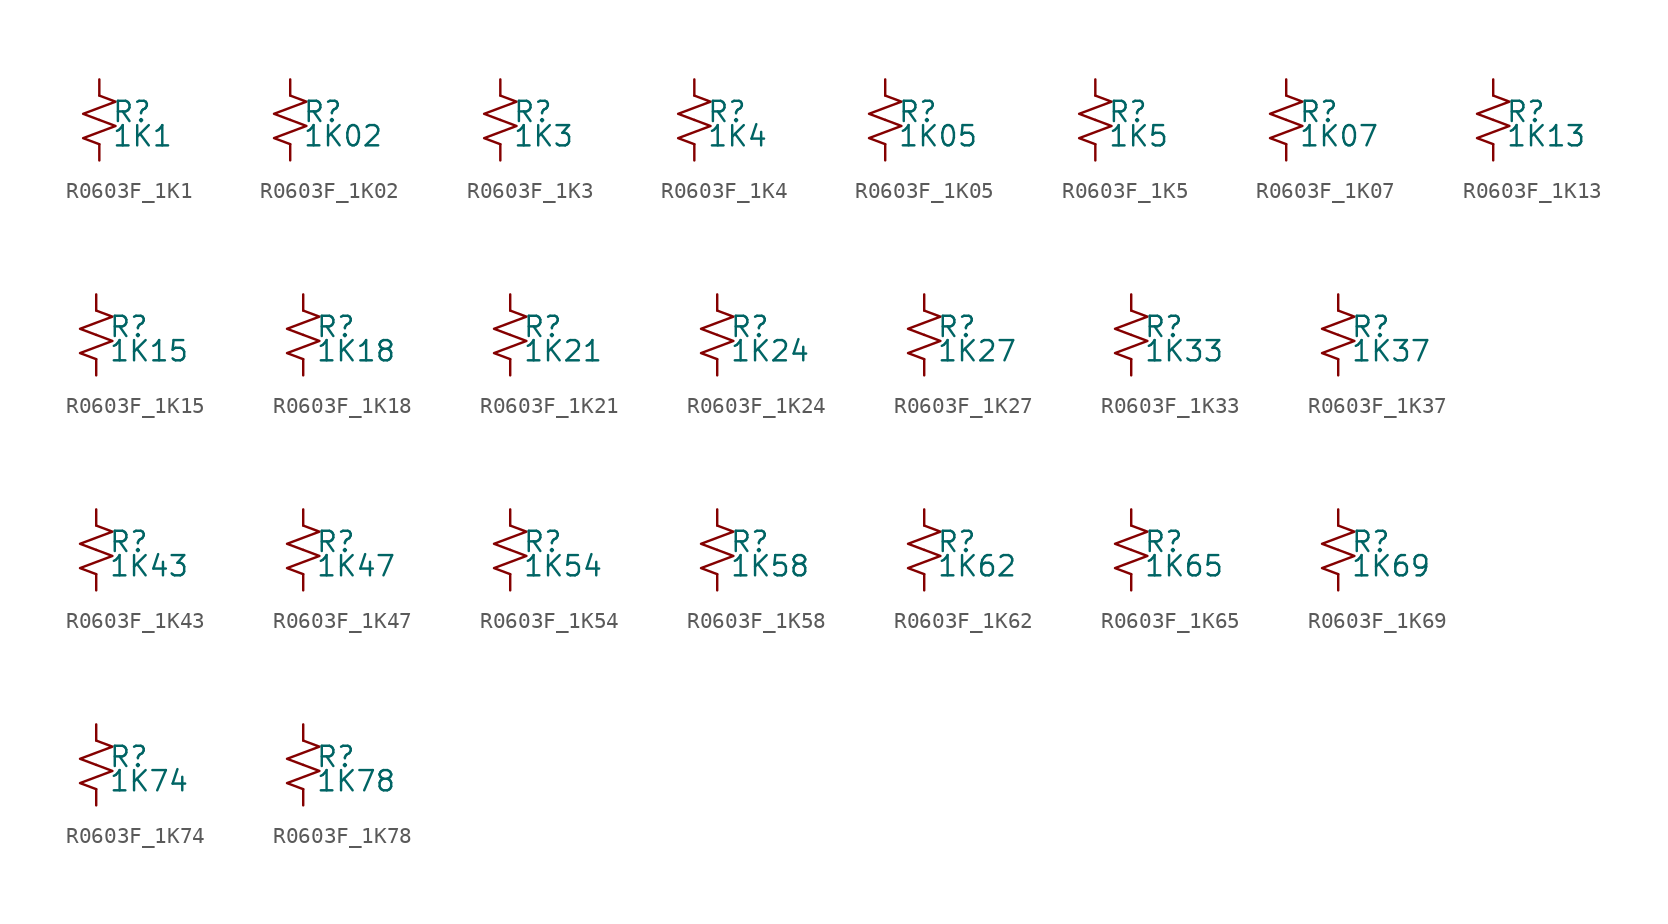
<source format=kicad_sym>
(kicad_symbol_lib
  (version 20220914)
  (generator kicad_symbol_editor)
  (symbol "R0603F_1K1"
    (pin_numbers hide)
    (pin_names
      (offset 0.254) hide)
    (property "Reference" "R"
      (at 0.762 0.508 0)
      (effects (font (size 1.27 1.27)) (justify left)))
    (property "Value" "1K1"
      (at 0.762 -1.016 0)
      (effects (font (size 1.27 1.27)) (justify left)))
    (symbol "R0603F_1K1_1_1"
      (polyline (pts (xy 0 0) (xy 1.016 -0.381) (xy 0 -0.762) (xy -1.016 -1.143) (xy 0 -1.524)) (stroke (width 0) (type default)) (fill (type none)))
      (polyline (pts (xy 0 1.524) (xy 1.016 1.143) (xy 0 0.762) (xy -1.016 0.381) (xy 0 0)) (stroke (width 0) (type default)) (fill (type none)))
      (pin passive line (at 0 2.54 270) (length 1.016) (name "~" (effects (font (size 1.27 1.27)))) (number "1" (effects (font (size 1.27 1.27)))))
      (pin passive line (at 0 -2.54 90) (length 1.016) (name "~" (effects (font (size 1.27 1.27)))) (number "2" (effects (font (size 1.27 1.27)))))))
  (symbol "R0603F_1K02"
    (pin_numbers hide)
    (pin_names
      (offset 0.254) hide)
    (property "Reference" "R"
      (at 0.762 0.508 0)
      (effects (font (size 1.27 1.27)) (justify left)))
    (property "Value" "1K02"
      (at 0.762 -1.016 0)
      (effects (font (size 1.27 1.27)) (justify left)))
    (symbol "R0603F_1K02_1_1"
      (polyline (pts (xy 0 0) (xy 1.016 -0.381) (xy 0 -0.762) (xy -1.016 -1.143) (xy 0 -1.524)) (stroke (width 0) (type default)) (fill (type none)))
      (polyline (pts (xy 0 1.524) (xy 1.016 1.143) (xy 0 0.762) (xy -1.016 0.381) (xy 0 0)) (stroke (width 0) (type default)) (fill (type none)))
      (pin passive line (at 0 2.54 270) (length 1.016) (name "~" (effects (font (size 1.27 1.27)))) (number "1" (effects (font (size 1.27 1.27)))))
      (pin passive line (at 0 -2.54 90) (length 1.016) (name "~" (effects (font (size 1.27 1.27)))) (number "2" (effects (font (size 1.27 1.27)))))))
  (symbol "R0603F_1K3"
    (pin_numbers hide)
    (pin_names
      (offset 0.254) hide)
    (property "Reference" "R"
      (at 0.762 0.508 0)
      (effects (font (size 1.27 1.27)) (justify left)))
    (property "Value" "1K3"
      (at 0.762 -1.016 0)
      (effects (font (size 1.27 1.27)) (justify left)))
    (symbol "R0603F_1K3_1_1"
      (polyline (pts (xy 0 0) (xy 1.016 -0.381) (xy 0 -0.762) (xy -1.016 -1.143) (xy 0 -1.524)) (stroke (width 0) (type default)) (fill (type none)))
      (polyline (pts (xy 0 1.524) (xy 1.016 1.143) (xy 0 0.762) (xy -1.016 0.381) (xy 0 0)) (stroke (width 0) (type default)) (fill (type none)))
      (pin passive line (at 0 2.54 270) (length 1.016) (name "~" (effects (font (size 1.27 1.27)))) (number "1" (effects (font (size 1.27 1.27)))))
      (pin passive line (at 0 -2.54 90) (length 1.016) (name "~" (effects (font (size 1.27 1.27)))) (number "2" (effects (font (size 1.27 1.27)))))))
  (symbol "R0603F_1K4"
    (pin_numbers hide)
    (pin_names
      (offset 0.254) hide)
    (property "Reference" "R"
      (at 0.762 0.508 0)
      (effects (font (size 1.27 1.27)) (justify left)))
    (property "Value" "1K4"
      (at 0.762 -1.016 0)
      (effects (font (size 1.27 1.27)) (justify left)))
    (symbol "R0603F_1K4_1_1"
      (polyline (pts (xy 0 0) (xy 1.016 -0.381) (xy 0 -0.762) (xy -1.016 -1.143) (xy 0 -1.524)) (stroke (width 0) (type default)) (fill (type none)))
      (polyline (pts (xy 0 1.524) (xy 1.016 1.143) (xy 0 0.762) (xy -1.016 0.381) (xy 0 0)) (stroke (width 0) (type default)) (fill (type none)))
      (pin passive line (at 0 2.54 270) (length 1.016) (name "~" (effects (font (size 1.27 1.27)))) (number "1" (effects (font (size 1.27 1.27)))))
      (pin passive line (at 0 -2.54 90) (length 1.016) (name "~" (effects (font (size 1.27 1.27)))) (number "2" (effects (font (size 1.27 1.27)))))))
  (symbol "R0603F_1K05"
    (pin_numbers hide)
    (pin_names
      (offset 0.254) hide)
    (property "Reference" "R"
      (at 0.762 0.508 0)
      (effects (font (size 1.27 1.27)) (justify left)))
    (property "Value" "1K05"
      (at 0.762 -1.016 0)
      (effects (font (size 1.27 1.27)) (justify left)))
    (symbol "R0603F_1K05_1_1"
      (polyline (pts (xy 0 0) (xy 1.016 -0.381) (xy 0 -0.762) (xy -1.016 -1.143) (xy 0 -1.524)) (stroke (width 0) (type default)) (fill (type none)))
      (polyline (pts (xy 0 1.524) (xy 1.016 1.143) (xy 0 0.762) (xy -1.016 0.381) (xy 0 0)) (stroke (width 0) (type default)) (fill (type none)))
      (pin passive line (at 0 2.54 270) (length 1.016) (name "~" (effects (font (size 1.27 1.27)))) (number "1" (effects (font (size 1.27 1.27)))))
      (pin passive line (at 0 -2.54 90) (length 1.016) (name "~" (effects (font (size 1.27 1.27)))) (number "2" (effects (font (size 1.27 1.27)))))))
  (symbol "R0603F_1K5"
    (pin_numbers hide)
    (pin_names
      (offset 0.254) hide)
    (property "Reference" "R"
      (at 0.762 0.508 0)
      (effects (font (size 1.27 1.27)) (justify left)))
    (property "Value" "1K5"
      (at 0.762 -1.016 0)
      (effects (font (size 1.27 1.27)) (justify left)))
    (symbol "R0603F_1K5_1_1"
      (polyline (pts (xy 0 0) (xy 1.016 -0.381) (xy 0 -0.762) (xy -1.016 -1.143) (xy 0 -1.524)) (stroke (width 0) (type default)) (fill (type none)))
      (polyline (pts (xy 0 1.524) (xy 1.016 1.143) (xy 0 0.762) (xy -1.016 0.381) (xy 0 0)) (stroke (width 0) (type default)) (fill (type none)))
      (pin passive line (at 0 2.54 270) (length 1.016) (name "~" (effects (font (size 1.27 1.27)))) (number "1" (effects (font (size 1.27 1.27)))))
      (pin passive line (at 0 -2.54 90) (length 1.016) (name "~" (effects (font (size 1.27 1.27)))) (number "2" (effects (font (size 1.27 1.27)))))))
  (symbol "R0603F_1K07"
    (pin_numbers hide)
    (pin_names
      (offset 0.254) hide)
    (property "Reference" "R"
      (at 0.762 0.508 0)
      (effects (font (size 1.27 1.27)) (justify left)))
    (property "Value" "1K07"
      (at 0.762 -1.016 0)
      (effects (font (size 1.27 1.27)) (justify left)))
    (symbol "R0603F_1K07_1_1"
      (polyline (pts (xy 0 0) (xy 1.016 -0.381) (xy 0 -0.762) (xy -1.016 -1.143) (xy 0 -1.524)) (stroke (width 0) (type default)) (fill (type none)))
      (polyline (pts (xy 0 1.524) (xy 1.016 1.143) (xy 0 0.762) (xy -1.016 0.381) (xy 0 0)) (stroke (width 0) (type default)) (fill (type none)))
      (pin passive line (at 0 2.54 270) (length 1.016) (name "~" (effects (font (size 1.27 1.27)))) (number "1" (effects (font (size 1.27 1.27)))))
      (pin passive line (at 0 -2.54 90) (length 1.016) (name "~" (effects (font (size 1.27 1.27)))) (number "2" (effects (font (size 1.27 1.27)))))))
  (symbol "R0603F_1K13"
    (pin_numbers hide)
    (pin_names
      (offset 0.254) hide)
    (property "Reference" "R"
      (at 0.762 0.508 0)
      (effects (font (size 1.27 1.27)) (justify left)))
    (property "Value" "1K13"
      (at 0.762 -1.016 0)
      (effects (font (size 1.27 1.27)) (justify left)))
    (symbol "R0603F_1K13_1_1"
      (polyline (pts (xy 0 0) (xy 1.016 -0.381) (xy 0 -0.762) (xy -1.016 -1.143) (xy 0 -1.524)) (stroke (width 0) (type default)) (fill (type none)))
      (polyline (pts (xy 0 1.524) (xy 1.016 1.143) (xy 0 0.762) (xy -1.016 0.381) (xy 0 0)) (stroke (width 0) (type default)) (fill (type none)))
      (pin passive line (at 0 2.54 270) (length 1.016) (name "~" (effects (font (size 1.27 1.27)))) (number "1" (effects (font (size 1.27 1.27)))))
      (pin passive line (at 0 -2.54 90) (length 1.016) (name "~" (effects (font (size 1.27 1.27)))) (number "2" (effects (font (size 1.27 1.27)))))))
  (symbol "R0603F_1K15"
    (pin_numbers hide)
    (pin_names
      (offset 0.254) hide)
    (property "Reference" "R"
      (at 0.762 0.508 0)
      (effects (font (size 1.27 1.27)) (justify left)))
    (property "Value" "1K15"
      (at 0.762 -1.016 0)
      (effects (font (size 1.27 1.27)) (justify left)))
    (symbol "R0603F_1K15_1_1"
      (polyline (pts (xy 0 0) (xy 1.016 -0.381) (xy 0 -0.762) (xy -1.016 -1.143) (xy 0 -1.524)) (stroke (width 0) (type default)) (fill (type none)))
      (polyline (pts (xy 0 1.524) (xy 1.016 1.143) (xy 0 0.762) (xy -1.016 0.381) (xy 0 0)) (stroke (width 0) (type default)) (fill (type none)))
      (pin passive line (at 0 2.54 270) (length 1.016) (name "~" (effects (font (size 1.27 1.27)))) (number "1" (effects (font (size 1.27 1.27)))))
      (pin passive line (at 0 -2.54 90) (length 1.016) (name "~" (effects (font (size 1.27 1.27)))) (number "2" (effects (font (size 1.27 1.27)))))))
  (symbol "R0603F_1K18"
    (pin_numbers hide)
    (pin_names
      (offset 0.254) hide)
    (property "Reference" "R"
      (at 0.762 0.508 0)
      (effects (font (size 1.27 1.27)) (justify left)))
    (property "Value" "1K18"
      (at 0.762 -1.016 0)
      (effects (font (size 1.27 1.27)) (justify left)))
    (symbol "R0603F_1K18_1_1"
      (polyline (pts (xy 0 0) (xy 1.016 -0.381) (xy 0 -0.762) (xy -1.016 -1.143) (xy 0 -1.524)) (stroke (width 0) (type default)) (fill (type none)))
      (polyline (pts (xy 0 1.524) (xy 1.016 1.143) (xy 0 0.762) (xy -1.016 0.381) (xy 0 0)) (stroke (width 0) (type default)) (fill (type none)))
      (pin passive line (at 0 2.54 270) (length 1.016) (name "~" (effects (font (size 1.27 1.27)))) (number "1" (effects (font (size 1.27 1.27)))))
      (pin passive line (at 0 -2.54 90) (length 1.016) (name "~" (effects (font (size 1.27 1.27)))) (number "2" (effects (font (size 1.27 1.27)))))))
  (symbol "R0603F_1K21"
    (pin_numbers hide)
    (pin_names
      (offset 0.254) hide)
    (property "Reference" "R"
      (at 0.762 0.508 0)
      (effects (font (size 1.27 1.27)) (justify left)))
    (property "Value" "1K21"
      (at 0.762 -1.016 0)
      (effects (font (size 1.27 1.27)) (justify left)))
    (symbol "R0603F_1K21_1_1"
      (polyline (pts (xy 0 0) (xy 1.016 -0.381) (xy 0 -0.762) (xy -1.016 -1.143) (xy 0 -1.524)) (stroke (width 0) (type default)) (fill (type none)))
      (polyline (pts (xy 0 1.524) (xy 1.016 1.143) (xy 0 0.762) (xy -1.016 0.381) (xy 0 0)) (stroke (width 0) (type default)) (fill (type none)))
      (pin passive line (at 0 2.54 270) (length 1.016) (name "~" (effects (font (size 1.27 1.27)))) (number "1" (effects (font (size 1.27 1.27)))))
      (pin passive line (at 0 -2.54 90) (length 1.016) (name "~" (effects (font (size 1.27 1.27)))) (number "2" (effects (font (size 1.27 1.27)))))))
  (symbol "R0603F_1K24"
    (pin_numbers hide)
    (pin_names
      (offset 0.254) hide)
    (property "Reference" "R"
      (at 0.762 0.508 0)
      (effects (font (size 1.27 1.27)) (justify left)))
    (property "Value" "1K24"
      (at 0.762 -1.016 0)
      (effects (font (size 1.27 1.27)) (justify left)))
    (symbol "R0603F_1K24_1_1"
      (polyline (pts (xy 0 0) (xy 1.016 -0.381) (xy 0 -0.762) (xy -1.016 -1.143) (xy 0 -1.524)) (stroke (width 0) (type default)) (fill (type none)))
      (polyline (pts (xy 0 1.524) (xy 1.016 1.143) (xy 0 0.762) (xy -1.016 0.381) (xy 0 0)) (stroke (width 0) (type default)) (fill (type none)))
      (pin passive line (at 0 2.54 270) (length 1.016) (name "~" (effects (font (size 1.27 1.27)))) (number "1" (effects (font (size 1.27 1.27)))))
      (pin passive line (at 0 -2.54 90) (length 1.016) (name "~" (effects (font (size 1.27 1.27)))) (number "2" (effects (font (size 1.27 1.27)))))))
  (symbol "R0603F_1K27"
    (pin_numbers hide)
    (pin_names
      (offset 0.254) hide)
    (property "Reference" "R"
      (at 0.762 0.508 0)
      (effects (font (size 1.27 1.27)) (justify left)))
    (property "Value" "1K27"
      (at 0.762 -1.016 0)
      (effects (font (size 1.27 1.27)) (justify left)))
    (symbol "R0603F_1K27_1_1"
      (polyline (pts (xy 0 0) (xy 1.016 -0.381) (xy 0 -0.762) (xy -1.016 -1.143) (xy 0 -1.524)) (stroke (width 0) (type default)) (fill (type none)))
      (polyline (pts (xy 0 1.524) (xy 1.016 1.143) (xy 0 0.762) (xy -1.016 0.381) (xy 0 0)) (stroke (width 0) (type default)) (fill (type none)))
      (pin passive line (at 0 2.54 270) (length 1.016) (name "~" (effects (font (size 1.27 1.27)))) (number "1" (effects (font (size 1.27 1.27)))))
      (pin passive line (at 0 -2.54 90) (length 1.016) (name "~" (effects (font (size 1.27 1.27)))) (number "2" (effects (font (size 1.27 1.27)))))))
  (symbol "R0603F_1K33"
    (pin_numbers hide)
    (pin_names
      (offset 0.254) hide)
    (property "Reference" "R"
      (at 0.762 0.508 0)
      (effects (font (size 1.27 1.27)) (justify left)))
    (property "Value" "1K33"
      (at 0.762 -1.016 0)
      (effects (font (size 1.27 1.27)) (justify left)))
    (symbol "R0603F_1K33_1_1"
      (polyline (pts (xy 0 0) (xy 1.016 -0.381) (xy 0 -0.762) (xy -1.016 -1.143) (xy 0 -1.524)) (stroke (width 0) (type default)) (fill (type none)))
      (polyline (pts (xy 0 1.524) (xy 1.016 1.143) (xy 0 0.762) (xy -1.016 0.381) (xy 0 0)) (stroke (width 0) (type default)) (fill (type none)))
      (pin passive line (at 0 2.54 270) (length 1.016) (name "~" (effects (font (size 1.27 1.27)))) (number "1" (effects (font (size 1.27 1.27)))))
      (pin passive line (at 0 -2.54 90) (length 1.016) (name "~" (effects (font (size 1.27 1.27)))) (number "2" (effects (font (size 1.27 1.27)))))))
  (symbol "R0603F_1K37"
    (pin_numbers hide)
    (pin_names
      (offset 0.254) hide)
    (property "Reference" "R"
      (at 0.762 0.508 0)
      (effects (font (size 1.27 1.27)) (justify left)))
    (property "Value" "1K37"
      (at 0.762 -1.016 0)
      (effects (font (size 1.27 1.27)) (justify left)))
    (symbol "R0603F_1K37_1_1"
      (polyline (pts (xy 0 0) (xy 1.016 -0.381) (xy 0 -0.762) (xy -1.016 -1.143) (xy 0 -1.524)) (stroke (width 0) (type default)) (fill (type none)))
      (polyline (pts (xy 0 1.524) (xy 1.016 1.143) (xy 0 0.762) (xy -1.016 0.381) (xy 0 0)) (stroke (width 0) (type default)) (fill (type none)))
      (pin passive line (at 0 2.54 270) (length 1.016) (name "~" (effects (font (size 1.27 1.27)))) (number "1" (effects (font (size 1.27 1.27)))))
      (pin passive line (at 0 -2.54 90) (length 1.016) (name "~" (effects (font (size 1.27 1.27)))) (number "2" (effects (font (size 1.27 1.27)))))))
  (symbol "R0603F_1K43"
    (pin_numbers hide)
    (pin_names
      (offset 0.254) hide)
    (property "Reference" "R"
      (at 0.762 0.508 0)
      (effects (font (size 1.27 1.27)) (justify left)))
    (property "Value" "1K43"
      (at 0.762 -1.016 0)
      (effects (font (size 1.27 1.27)) (justify left)))
    (symbol "R0603F_1K43_1_1"
      (polyline (pts (xy 0 0) (xy 1.016 -0.381) (xy 0 -0.762) (xy -1.016 -1.143) (xy 0 -1.524)) (stroke (width 0) (type default)) (fill (type none)))
      (polyline (pts (xy 0 1.524) (xy 1.016 1.143) (xy 0 0.762) (xy -1.016 0.381) (xy 0 0)) (stroke (width 0) (type default)) (fill (type none)))
      (pin passive line (at 0 2.54 270) (length 1.016) (name "~" (effects (font (size 1.27 1.27)))) (number "1" (effects (font (size 1.27 1.27)))))
      (pin passive line (at 0 -2.54 90) (length 1.016) (name "~" (effects (font (size 1.27 1.27)))) (number "2" (effects (font (size 1.27 1.27)))))))
  (symbol "R0603F_1K47"
    (pin_numbers hide)
    (pin_names
      (offset 0.254) hide)
    (property "Reference" "R"
      (at 0.762 0.508 0)
      (effects (font (size 1.27 1.27)) (justify left)))
    (property "Value" "1K47"
      (at 0.762 -1.016 0)
      (effects (font (size 1.27 1.27)) (justify left)))
    (symbol "R0603F_1K47_1_1"
      (polyline (pts (xy 0 0) (xy 1.016 -0.381) (xy 0 -0.762) (xy -1.016 -1.143) (xy 0 -1.524)) (stroke (width 0) (type default)) (fill (type none)))
      (polyline (pts (xy 0 1.524) (xy 1.016 1.143) (xy 0 0.762) (xy -1.016 0.381) (xy 0 0)) (stroke (width 0) (type default)) (fill (type none)))
      (pin passive line (at 0 2.54 270) (length 1.016) (name "~" (effects (font (size 1.27 1.27)))) (number "1" (effects (font (size 1.27 1.27)))))
      (pin passive line (at 0 -2.54 90) (length 1.016) (name "~" (effects (font (size 1.27 1.27)))) (number "2" (effects (font (size 1.27 1.27)))))))
  (symbol "R0603F_1K54"
    (pin_numbers hide)
    (pin_names
      (offset 0.254) hide)
    (property "Reference" "R"
      (at 0.762 0.508 0)
      (effects (font (size 1.27 1.27)) (justify left)))
    (property "Value" "1K54"
      (at 0.762 -1.016 0)
      (effects (font (size 1.27 1.27)) (justify left)))
    (symbol "R0603F_1K54_1_1"
      (polyline (pts (xy 0 0) (xy 1.016 -0.381) (xy 0 -0.762) (xy -1.016 -1.143) (xy 0 -1.524)) (stroke (width 0) (type default)) (fill (type none)))
      (polyline (pts (xy 0 1.524) (xy 1.016 1.143) (xy 0 0.762) (xy -1.016 0.381) (xy 0 0)) (stroke (width 0) (type default)) (fill (type none)))
      (pin passive line (at 0 2.54 270) (length 1.016) (name "~" (effects (font (size 1.27 1.27)))) (number "1" (effects (font (size 1.27 1.27)))))
      (pin passive line (at 0 -2.54 90) (length 1.016) (name "~" (effects (font (size 1.27 1.27)))) (number "2" (effects (font (size 1.27 1.27)))))))
  (symbol "R0603F_1K58"
    (pin_numbers hide)
    (pin_names
      (offset 0.254) hide)
    (property "Reference" "R"
      (at 0.762 0.508 0)
      (effects (font (size 1.27 1.27)) (justify left)))
    (property "Value" "1K58"
      (at 0.762 -1.016 0)
      (effects (font (size 1.27 1.27)) (justify left)))
    (symbol "R0603F_1K58_1_1"
      (polyline (pts (xy 0 0) (xy 1.016 -0.381) (xy 0 -0.762) (xy -1.016 -1.143) (xy 0 -1.524)) (stroke (width 0) (type default)) (fill (type none)))
      (polyline (pts (xy 0 1.524) (xy 1.016 1.143) (xy 0 0.762) (xy -1.016 0.381) (xy 0 0)) (stroke (width 0) (type default)) (fill (type none)))
      (pin passive line (at 0 2.54 270) (length 1.016) (name "~" (effects (font (size 1.27 1.27)))) (number "1" (effects (font (size 1.27 1.27)))))
      (pin passive line (at 0 -2.54 90) (length 1.016) (name "~" (effects (font (size 1.27 1.27)))) (number "2" (effects (font (size 1.27 1.27)))))))
  (symbol "R0603F_1K62"
    (pin_numbers hide)
    (pin_names
      (offset 0.254) hide)
    (property "Reference" "R"
      (at 0.762 0.508 0)
      (effects (font (size 1.27 1.27)) (justify left)))
    (property "Value" "1K62"
      (at 0.762 -1.016 0)
      (effects (font (size 1.27 1.27)) (justify left)))
    (symbol "R0603F_1K62_1_1"
      (polyline (pts (xy 0 0) (xy 1.016 -0.381) (xy 0 -0.762) (xy -1.016 -1.143) (xy 0 -1.524)) (stroke (width 0) (type default)) (fill (type none)))
      (polyline (pts (xy 0 1.524) (xy 1.016 1.143) (xy 0 0.762) (xy -1.016 0.381) (xy 0 0)) (stroke (width 0) (type default)) (fill (type none)))
      (pin passive line (at 0 2.54 270) (length 1.016) (name "~" (effects (font (size 1.27 1.27)))) (number "1" (effects (font (size 1.27 1.27)))))
      (pin passive line (at 0 -2.54 90) (length 1.016) (name "~" (effects (font (size 1.27 1.27)))) (number "2" (effects (font (size 1.27 1.27)))))))
  (symbol "R0603F_1K65"
    (pin_numbers hide)
    (pin_names
      (offset 0.254) hide)
    (property "Reference" "R"
      (at 0.762 0.508 0)
      (effects (font (size 1.27 1.27)) (justify left)))
    (property "Value" "1K65"
      (at 0.762 -1.016 0)
      (effects (font (size 1.27 1.27)) (justify left)))
    (symbol "R0603F_1K65_1_1"
      (polyline (pts (xy 0 0) (xy 1.016 -0.381) (xy 0 -0.762) (xy -1.016 -1.143) (xy 0 -1.524)) (stroke (width 0) (type default)) (fill (type none)))
      (polyline (pts (xy 0 1.524) (xy 1.016 1.143) (xy 0 0.762) (xy -1.016 0.381) (xy 0 0)) (stroke (width 0) (type default)) (fill (type none)))
      (pin passive line (at 0 2.54 270) (length 1.016) (name "~" (effects (font (size 1.27 1.27)))) (number "1" (effects (font (size 1.27 1.27)))))
      (pin passive line (at 0 -2.54 90) (length 1.016) (name "~" (effects (font (size 1.27 1.27)))) (number "2" (effects (font (size 1.27 1.27)))))))
  (symbol "R0603F_1K69"
    (pin_numbers hide)
    (pin_names
      (offset 0.254) hide)
    (property "Reference" "R"
      (at 0.762 0.508 0)
      (effects (font (size 1.27 1.27)) (justify left)))
    (property "Value" "1K69"
      (at 0.762 -1.016 0)
      (effects (font (size 1.27 1.27)) (justify left)))
    (symbol "R0603F_1K69_1_1"
      (polyline (pts (xy 0 0) (xy 1.016 -0.381) (xy 0 -0.762) (xy -1.016 -1.143) (xy 0 -1.524)) (stroke (width 0) (type default)) (fill (type none)))
      (polyline (pts (xy 0 1.524) (xy 1.016 1.143) (xy 0 0.762) (xy -1.016 0.381) (xy 0 0)) (stroke (width 0) (type default)) (fill (type none)))
      (pin passive line (at 0 2.54 270) (length 1.016) (name "~" (effects (font (size 1.27 1.27)))) (number "1" (effects (font (size 1.27 1.27)))))
      (pin passive line (at 0 -2.54 90) (length 1.016) (name "~" (effects (font (size 1.27 1.27)))) (number "2" (effects (font (size 1.27 1.27)))))))
  (symbol "R0603F_1K74"
    (pin_numbers hide)
    (pin_names
      (offset 0.254) hide)
    (property "Reference" "R"
      (at 0.762 0.508 0)
      (effects (font (size 1.27 1.27)) (justify left)))
    (property "Value" "1K74"
      (at 0.762 -1.016 0)
      (effects (font (size 1.27 1.27)) (justify left)))
    (symbol "R0603F_1K74_1_1"
      (polyline (pts (xy 0 0) (xy 1.016 -0.381) (xy 0 -0.762) (xy -1.016 -1.143) (xy 0 -1.524)) (stroke (width 0) (type default)) (fill (type none)))
      (polyline (pts (xy 0 1.524) (xy 1.016 1.143) (xy 0 0.762) (xy -1.016 0.381) (xy 0 0)) (stroke (width 0) (type default)) (fill (type none)))
      (pin passive line (at 0 2.54 270) (length 1.016) (name "~" (effects (font (size 1.27 1.27)))) (number "1" (effects (font (size 1.27 1.27)))))
      (pin passive line (at 0 -2.54 90) (length 1.016) (name "~" (effects (font (size 1.27 1.27)))) (number "2" (effects (font (size 1.27 1.27)))))))
  (symbol "R0603F_1K78"
    (pin_numbers hide)
    (pin_names
      (offset 0.254) hide)
    (property "Reference" "R"
      (at 0.762 0.508 0)
      (effects (font (size 1.27 1.27)) (justify left)))
    (property "Value" "1K78"
      (at 0.762 -1.016 0)
      (effects (font (size 1.27 1.27)) (justify left)))
    (symbol "R0603F_1K78_1_1"
      (polyline (pts (xy 0 0) (xy 1.016 -0.381) (xy 0 -0.762) (xy -1.016 -1.143) (xy 0 -1.524)) (stroke (width 0) (type default)) (fill (type none)))
      (polyline (pts (xy 0 1.524) (xy 1.016 1.143) (xy 0 0.762) (xy -1.016 0.381) (xy 0 0)) (stroke (width 0) (type default)) (fill (type none)))
      (pin passive line (at 0 2.54 270) (length 1.016) (name "~" (effects (font (size 1.27 1.27)))) (number "1" (effects (font (size 1.27 1.27)))))
      (pin passive line (at 0 -2.54 90) (length 1.016) (name "~" (effects (font (size 1.27 1.27)))) (number "2" (effects (font (size 1.27 1.27))))))))
</source>
